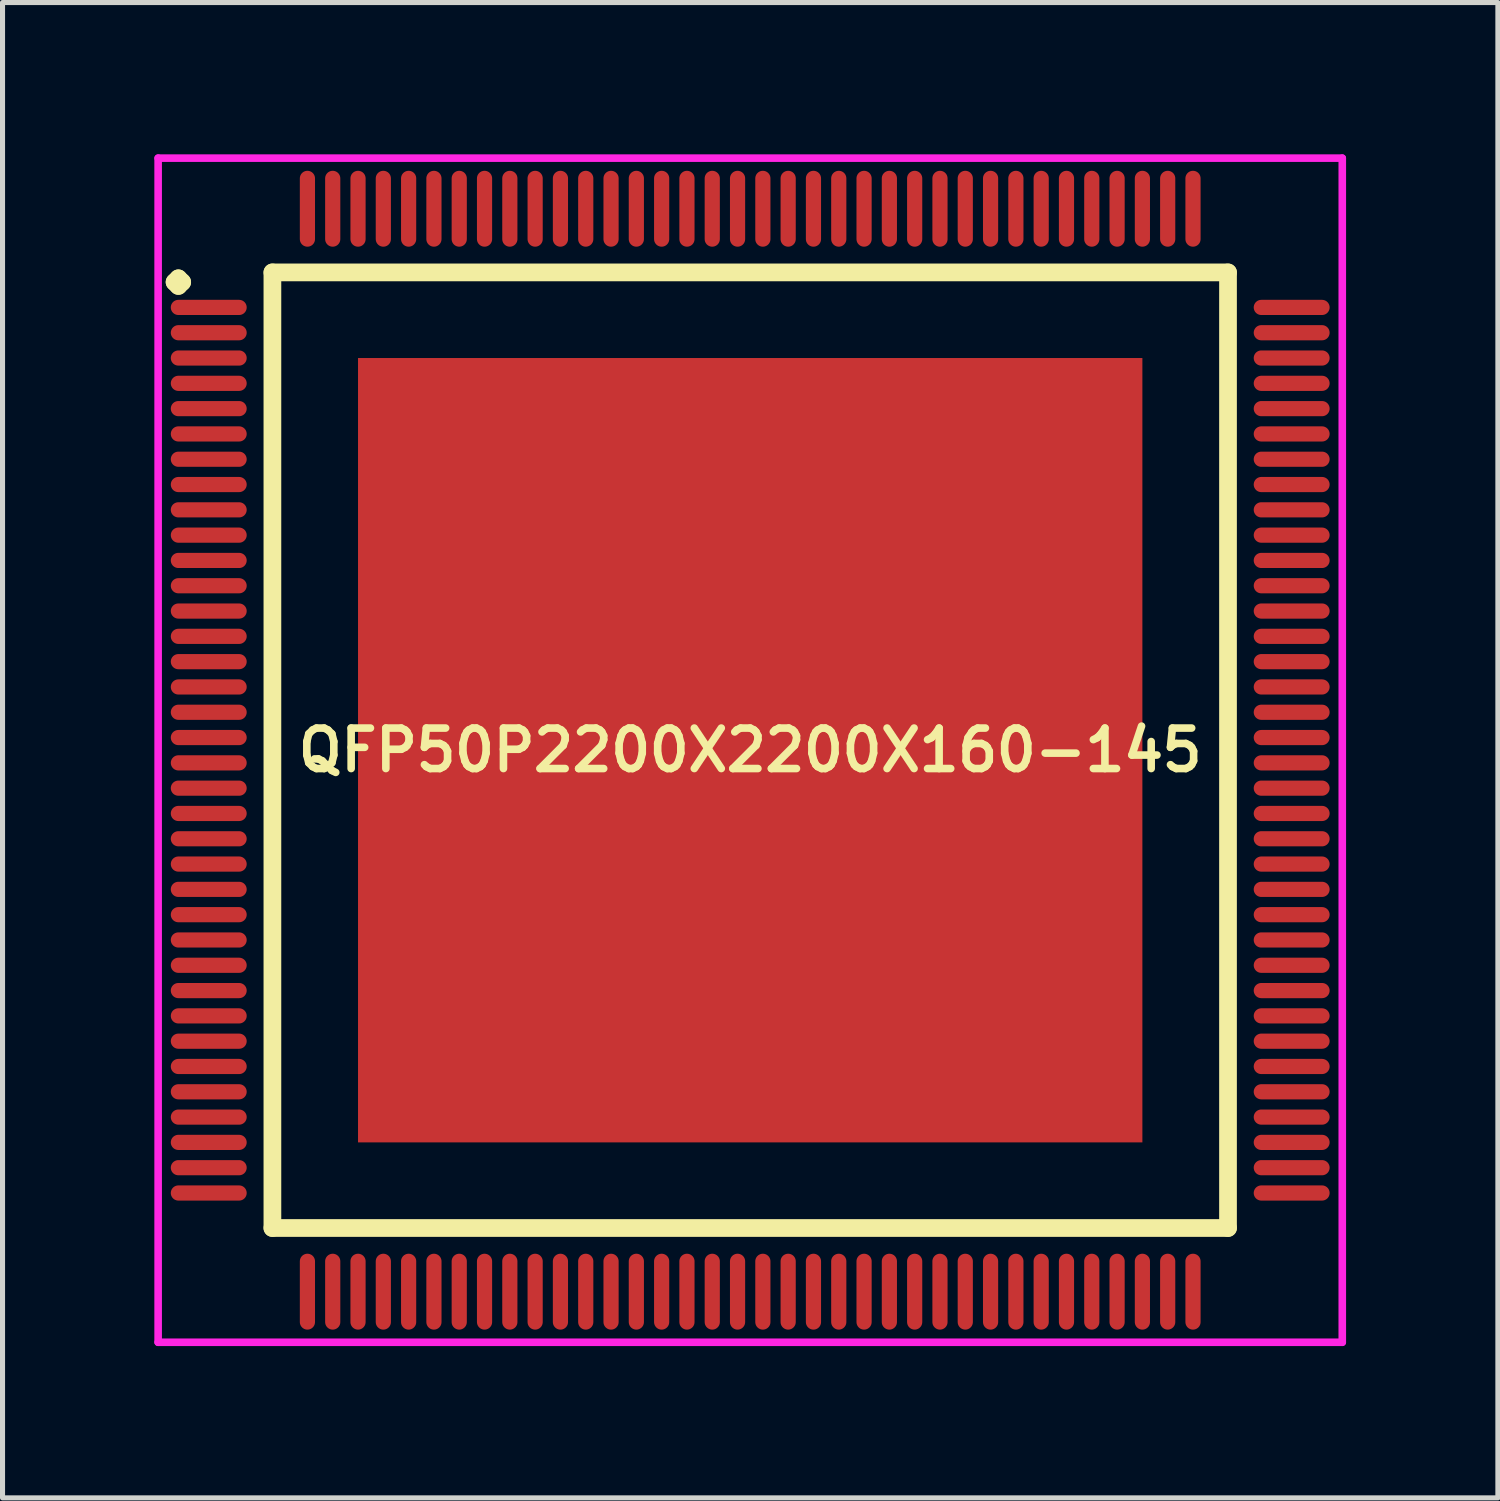
<source format=kicad_pcb>
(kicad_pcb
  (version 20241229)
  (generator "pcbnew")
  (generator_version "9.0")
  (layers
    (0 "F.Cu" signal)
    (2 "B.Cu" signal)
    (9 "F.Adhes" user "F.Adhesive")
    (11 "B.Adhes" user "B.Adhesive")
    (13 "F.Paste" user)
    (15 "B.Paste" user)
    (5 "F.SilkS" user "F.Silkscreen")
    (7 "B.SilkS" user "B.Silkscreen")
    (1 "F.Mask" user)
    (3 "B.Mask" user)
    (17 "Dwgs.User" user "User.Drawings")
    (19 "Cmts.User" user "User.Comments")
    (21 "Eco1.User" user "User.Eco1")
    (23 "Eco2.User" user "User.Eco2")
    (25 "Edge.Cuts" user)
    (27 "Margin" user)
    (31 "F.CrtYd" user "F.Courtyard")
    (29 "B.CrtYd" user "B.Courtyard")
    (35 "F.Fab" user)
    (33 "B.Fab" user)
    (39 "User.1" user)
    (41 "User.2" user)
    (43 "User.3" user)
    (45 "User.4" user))
  (footprint "QFP50P2200X2200X160-145"
    (layer "F.Cu")
    (at 11.775 11.775)
    (property "Reference" "QFP50P2200X2200X160-145" (at 0 0 0) (layer "F.SilkS") (effects (font (size 0.8 0.8) (thickness 0.15))))
    (attr smd)
    (fp_line (start -11.375 -9.25) (end -11.3 -9.325) (stroke (width 0.35) (type solid)) (layer "F.SilkS"))
    (fp_line (start -11.3 -9.325) (end -11.225 -9.25) (stroke (width 0.35) (type solid)) (layer "F.SilkS"))
    (fp_line (start -11.3 -9.175) (end -11.375 -9.25) (stroke (width 0.35) (type solid)) (layer "F.SilkS"))
    (fp_line (start -11.225 -9.25) (end -11.3 -9.175) (stroke (width 0.35) (type solid)) (layer "F.SilkS"))
    (fp_line (start -9.442 -9.442) (end -9.442 9.442) (stroke (width 0.35) (type solid)) (layer "F.SilkS"))
    (fp_line (start -9.442 9.442) (end 9.442 9.442) (stroke (width 0.35) (type solid)) (layer "F.SilkS"))
    (fp_line (start 9.442 -9.442) (end -9.442 -9.442) (stroke (width 0.35) (type solid)) (layer "F.SilkS"))
    (fp_line (start 9.442 9.442) (end 9.442 -9.442) (stroke (width 0.35) (type solid)) (layer "F.SilkS"))
    (fp_line (start -11.7 -11.7) (end 11.7 -11.7) (stroke (width 0.15) (type solid)) (layer "F.CrtYd"))
    (fp_line (start -11.7 11.7) (end -11.7 -11.7) (stroke (width 0.15) (type solid)) (layer "F.CrtYd"))
    (fp_line (start 11.7 -11.7) (end 11.7 11.7) (stroke (width 0.15) (type solid)) (layer "F.CrtYd"))
    (fp_line (start 11.7 11.7) (end -11.7 11.7) (stroke (width 0.15) (type solid)) (layer "F.CrtYd"))
    (pad "1" smd oval (at -10.7 -8.75) (size 1.5 0.3) (layers "F.Cu" "F.Mask" "F.Paste"))
    (pad "2" smd oval (at -10.7 -8.25) (size 1.5 0.3) (layers "F.Cu" "F.Mask" "F.Paste"))
    (pad "3" smd oval (at -10.7 -7.75) (size 1.5 0.3) (layers "F.Cu" "F.Mask" "F.Paste"))
    (pad "4" smd oval (at -10.7 -7.25) (size 1.5 0.3) (layers "F.Cu" "F.Mask" "F.Paste"))
    (pad "5" smd oval (at -10.7 -6.75) (size 1.5 0.3) (layers "F.Cu" "F.Mask" "F.Paste"))
    (pad "6" smd oval (at -10.7 -6.25) (size 1.5 0.3) (layers "F.Cu" "F.Mask" "F.Paste"))
    (pad "7" smd oval (at -10.7 -5.75) (size 1.5 0.3) (layers "F.Cu" "F.Mask" "F.Paste"))
    (pad "8" smd oval (at -10.7 -5.25) (size 1.5 0.3) (layers "F.Cu" "F.Mask" "F.Paste"))
    (pad "9" smd oval (at -10.7 -4.75) (size 1.5 0.3) (layers "F.Cu" "F.Mask" "F.Paste"))
    (pad "10" smd oval (at -10.7 -4.25) (size 1.5 0.3) (layers "F.Cu" "F.Mask" "F.Paste"))
    (pad "11" smd oval (at -10.7 -3.75) (size 1.5 0.3) (layers "F.Cu" "F.Mask" "F.Paste"))
    (pad "12" smd oval (at -10.7 -3.25) (size 1.5 0.3) (layers "F.Cu" "F.Mask" "F.Paste"))
    (pad "13" smd oval (at -10.7 -2.75) (size 1.5 0.3) (layers "F.Cu" "F.Mask" "F.Paste"))
    (pad "14" smd oval (at -10.7 -2.25) (size 1.5 0.3) (layers "F.Cu" "F.Mask" "F.Paste"))
    (pad "15" smd oval (at -10.7 -1.75) (size 1.5 0.3) (layers "F.Cu" "F.Mask" "F.Paste"))
    (pad "16" smd oval (at -10.7 -1.25) (size 1.5 0.3) (layers "F.Cu" "F.Mask" "F.Paste"))
    (pad "17" smd oval (at -10.7 -0.75) (size 1.5 0.3) (layers "F.Cu" "F.Mask" "F.Paste"))
    (pad "18" smd oval (at -10.7 -0.25) (size 1.5 0.3) (layers "F.Cu" "F.Mask" "F.Paste"))
    (pad "19" smd oval (at -10.7 0.25) (size 1.5 0.3) (layers "F.Cu" "F.Mask" "F.Paste"))
    (pad "20" smd oval (at -10.7 0.75) (size 1.5 0.3) (layers "F.Cu" "F.Mask" "F.Paste"))
    (pad "21" smd oval (at -10.7 1.25) (size 1.5 0.3) (layers "F.Cu" "F.Mask" "F.Paste"))
    (pad "22" smd oval (at -10.7 1.75) (size 1.5 0.3) (layers "F.Cu" "F.Mask" "F.Paste"))
    (pad "23" smd oval (at -10.7 2.25) (size 1.5 0.3) (layers "F.Cu" "F.Mask" "F.Paste"))
    (pad "24" smd oval (at -10.7 2.75) (size 1.5 0.3) (layers "F.Cu" "F.Mask" "F.Paste"))
    (pad "25" smd oval (at -10.7 3.25) (size 1.5 0.3) (layers "F.Cu" "F.Mask" "F.Paste"))
    (pad "26" smd oval (at -10.7 3.75) (size 1.5 0.3) (layers "F.Cu" "F.Mask" "F.Paste"))
    (pad "27" smd oval (at -10.7 4.25) (size 1.5 0.3) (layers "F.Cu" "F.Mask" "F.Paste"))
    (pad "28" smd oval (at -10.7 4.75) (size 1.5 0.3) (layers "F.Cu" "F.Mask" "F.Paste"))
    (pad "29" smd oval (at -10.7 5.25) (size 1.5 0.3) (layers "F.Cu" "F.Mask" "F.Paste"))
    (pad "30" smd oval (at -10.7 5.75) (size 1.5 0.3) (layers "F.Cu" "F.Mask" "F.Paste"))
    (pad "31" smd oval (at -10.7 6.25) (size 1.5 0.3) (layers "F.Cu" "F.Mask" "F.Paste"))
    (pad "32" smd oval (at -10.7 6.75) (size 1.5 0.3) (layers "F.Cu" "F.Mask" "F.Paste"))
    (pad "33" smd oval (at -10.7 7.25) (size 1.5 0.3) (layers "F.Cu" "F.Mask" "F.Paste"))
    (pad "34" smd oval (at -10.7 7.75) (size 1.5 0.3) (layers "F.Cu" "F.Mask" "F.Paste"))
    (pad "35" smd oval (at -10.7 8.25) (size 1.5 0.3) (layers "F.Cu" "F.Mask" "F.Paste"))
    (pad "36" smd oval (at -10.7 8.75) (size 1.5 0.3) (layers "F.Cu" "F.Mask" "F.Paste"))
    (pad "37" smd oval (at -8.75 10.7) (size 0.3 1.5) (layers "F.Cu" "F.Mask" "F.Paste"))
    (pad "38" smd oval (at -8.25 10.7) (size 0.3 1.5) (layers "F.Cu" "F.Mask" "F.Paste"))
    (pad "39" smd oval (at -7.75 10.7) (size 0.3 1.5) (layers "F.Cu" "F.Mask" "F.Paste"))
    (pad "40" smd oval (at -7.25 10.7) (size 0.3 1.5) (layers "F.Cu" "F.Mask" "F.Paste"))
    (pad "41" smd oval (at -6.75 10.7) (size 0.3 1.5) (layers "F.Cu" "F.Mask" "F.Paste"))
    (pad "42" smd oval (at -6.25 10.7) (size 0.3 1.5) (layers "F.Cu" "F.Mask" "F.Paste"))
    (pad "43" smd oval (at -5.75 10.7) (size 0.3 1.5) (layers "F.Cu" "F.Mask" "F.Paste"))
    (pad "44" smd oval (at -5.25 10.7) (size 0.3 1.5) (layers "F.Cu" "F.Mask" "F.Paste"))
    (pad "45" smd oval (at -4.75 10.7) (size 0.3 1.5) (layers "F.Cu" "F.Mask" "F.Paste"))
    (pad "46" smd oval (at -4.25 10.7) (size 0.3 1.5) (layers "F.Cu" "F.Mask" "F.Paste"))
    (pad "47" smd oval (at -3.75 10.7) (size 0.3 1.5) (layers "F.Cu" "F.Mask" "F.Paste"))
    (pad "48" smd oval (at -3.25 10.7) (size 0.3 1.5) (layers "F.Cu" "F.Mask" "F.Paste"))
    (pad "49" smd oval (at -2.75 10.7) (size 0.3 1.5) (layers "F.Cu" "F.Mask" "F.Paste"))
    (pad "50" smd oval (at -2.25 10.7) (size 0.3 1.5) (layers "F.Cu" "F.Mask" "F.Paste"))
    (pad "51" smd oval (at -1.75 10.7) (size 0.3 1.5) (layers "F.Cu" "F.Mask" "F.Paste"))
    (pad "52" smd oval (at -1.25 10.7) (size 0.3 1.5) (layers "F.Cu" "F.Mask" "F.Paste"))
    (pad "53" smd oval (at -0.75 10.7) (size 0.3 1.5) (layers "F.Cu" "F.Mask" "F.Paste"))
    (pad "54" smd oval (at -0.25 10.7) (size 0.3 1.5) (layers "F.Cu" "F.Mask" "F.Paste"))
    (pad "55" smd oval (at 0.25 10.7) (size 0.3 1.5) (layers "F.Cu" "F.Mask" "F.Paste"))
    (pad "56" smd oval (at 0.75 10.7) (size 0.3 1.5) (layers "F.Cu" "F.Mask" "F.Paste"))
    (pad "57" smd oval (at 1.25 10.7) (size 0.3 1.5) (layers "F.Cu" "F.Mask" "F.Paste"))
    (pad "58" smd oval (at 1.75 10.7) (size 0.3 1.5) (layers "F.Cu" "F.Mask" "F.Paste"))
    (pad "59" smd oval (at 2.25 10.7) (size 0.3 1.5) (layers "F.Cu" "F.Mask" "F.Paste"))
    (pad "60" smd oval (at 2.75 10.7) (size 0.3 1.5) (layers "F.Cu" "F.Mask" "F.Paste"))
    (pad "61" smd oval (at 3.25 10.7) (size 0.3 1.5) (layers "F.Cu" "F.Mask" "F.Paste"))
    (pad "62" smd oval (at 3.75 10.7) (size 0.3 1.5) (layers "F.Cu" "F.Mask" "F.Paste"))
    (pad "63" smd oval (at 4.25 10.7) (size 0.3 1.5) (layers "F.Cu" "F.Mask" "F.Paste"))
    (pad "64" smd oval (at 4.75 10.7) (size 0.3 1.5) (layers "F.Cu" "F.Mask" "F.Paste"))
    (pad "65" smd oval (at 5.25 10.7) (size 0.3 1.5) (layers "F.Cu" "F.Mask" "F.Paste"))
    (pad "66" smd oval (at 5.75 10.7) (size 0.3 1.5) (layers "F.Cu" "F.Mask" "F.Paste"))
    (pad "67" smd oval (at 6.25 10.7) (size 0.3 1.5) (layers "F.Cu" "F.Mask" "F.Paste"))
    (pad "68" smd oval (at 6.75 10.7) (size 0.3 1.5) (layers "F.Cu" "F.Mask" "F.Paste"))
    (pad "69" smd oval (at 7.25 10.7) (size 0.3 1.5) (layers "F.Cu" "F.Mask" "F.Paste"))
    (pad "70" smd oval (at 7.75 10.7) (size 0.3 1.5) (layers "F.Cu" "F.Mask" "F.Paste"))
    (pad "71" smd oval (at 8.25 10.7) (size 0.3 1.5) (layers "F.Cu" "F.Mask" "F.Paste"))
    (pad "72" smd oval (at 8.75 10.7) (size 0.3 1.5) (layers "F.Cu" "F.Mask" "F.Paste"))
    (pad "73" smd oval (at 10.7 8.75) (size 1.5 0.3) (layers "F.Cu" "F.Mask" "F.Paste"))
    (pad "74" smd oval (at 10.7 8.25) (size 1.5 0.3) (layers "F.Cu" "F.Mask" "F.Paste"))
    (pad "75" smd oval (at 10.7 7.75) (size 1.5 0.3) (layers "F.Cu" "F.Mask" "F.Paste"))
    (pad "76" smd oval (at 10.7 7.25) (size 1.5 0.3) (layers "F.Cu" "F.Mask" "F.Paste"))
    (pad "77" smd oval (at 10.7 6.75) (size 1.5 0.3) (layers "F.Cu" "F.Mask" "F.Paste"))
    (pad "78" smd oval (at 10.7 6.25) (size 1.5 0.3) (layers "F.Cu" "F.Mask" "F.Paste"))
    (pad "79" smd oval (at 10.7 5.75) (size 1.5 0.3) (layers "F.Cu" "F.Mask" "F.Paste"))
    (pad "80" smd oval (at 10.7 5.25) (size 1.5 0.3) (layers "F.Cu" "F.Mask" "F.Paste"))
    (pad "81" smd oval (at 10.7 4.75) (size 1.5 0.3) (layers "F.Cu" "F.Mask" "F.Paste"))
    (pad "82" smd oval (at 10.7 4.25) (size 1.5 0.3) (layers "F.Cu" "F.Mask" "F.Paste"))
    (pad "83" smd oval (at 10.7 3.75) (size 1.5 0.3) (layers "F.Cu" "F.Mask" "F.Paste"))
    (pad "84" smd oval (at 10.7 3.25) (size 1.5 0.3) (layers "F.Cu" "F.Mask" "F.Paste"))
    (pad "85" smd oval (at 10.7 2.75) (size 1.5 0.3) (layers "F.Cu" "F.Mask" "F.Paste"))
    (pad "86" smd oval (at 10.7 2.25) (size 1.5 0.3) (layers "F.Cu" "F.Mask" "F.Paste"))
    (pad "87" smd oval (at 10.7 1.75) (size 1.5 0.3) (layers "F.Cu" "F.Mask" "F.Paste"))
    (pad "88" smd oval (at 10.7 1.25) (size 1.5 0.3) (layers "F.Cu" "F.Mask" "F.Paste"))
    (pad "89" smd oval (at 10.7 0.75) (size 1.5 0.3) (layers "F.Cu" "F.Mask" "F.Paste"))
    (pad "90" smd oval (at 10.7 0.25) (size 1.5 0.3) (layers "F.Cu" "F.Mask" "F.Paste"))
    (pad "91" smd oval (at 10.7 -0.25) (size 1.5 0.3) (layers "F.Cu" "F.Mask" "F.Paste"))
    (pad "92" smd oval (at 10.7 -0.75) (size 1.5 0.3) (layers "F.Cu" "F.Mask" "F.Paste"))
    (pad "93" smd oval (at 10.7 -1.25) (size 1.5 0.3) (layers "F.Cu" "F.Mask" "F.Paste"))
    (pad "94" smd oval (at 10.7 -1.75) (size 1.5 0.3) (layers "F.Cu" "F.Mask" "F.Paste"))
    (pad "95" smd oval (at 10.7 -2.25) (size 1.5 0.3) (layers "F.Cu" "F.Mask" "F.Paste"))
    (pad "96" smd oval (at 10.7 -2.75) (size 1.5 0.3) (layers "F.Cu" "F.Mask" "F.Paste"))
    (pad "97" smd oval (at 10.7 -3.25) (size 1.5 0.3) (layers "F.Cu" "F.Mask" "F.Paste"))
    (pad "98" smd oval (at 10.7 -3.75) (size 1.5 0.3) (layers "F.Cu" "F.Mask" "F.Paste"))
    (pad "99" smd oval (at 10.7 -4.25) (size 1.5 0.3) (layers "F.Cu" "F.Mask" "F.Paste"))
    (pad "100" smd oval (at 10.7 -4.75) (size 1.5 0.3) (layers "F.Cu" "F.Mask" "F.Paste"))
    (pad "101" smd oval (at 10.7 -5.25) (size 1.5 0.3) (layers "F.Cu" "F.Mask" "F.Paste"))
    (pad "102" smd oval (at 10.7 -5.75) (size 1.5 0.3) (layers "F.Cu" "F.Mask" "F.Paste"))
    (pad "103" smd oval (at 10.7 -6.25) (size 1.5 0.3) (layers "F.Cu" "F.Mask" "F.Paste"))
    (pad "104" smd oval (at 10.7 -6.75) (size 1.5 0.3) (layers "F.Cu" "F.Mask" "F.Paste"))
    (pad "105" smd oval (at 10.7 -7.25) (size 1.5 0.3) (layers "F.Cu" "F.Mask" "F.Paste"))
    (pad "106" smd oval (at 10.7 -7.75) (size 1.5 0.3) (layers "F.Cu" "F.Mask" "F.Paste"))
    (pad "107" smd oval (at 10.7 -8.25) (size 1.5 0.3) (layers "F.Cu" "F.Mask" "F.Paste"))
    (pad "108" smd oval (at 10.7 -8.75) (size 1.5 0.3) (layers "F.Cu" "F.Mask" "F.Paste"))
    (pad "109" smd oval (at 8.75 -10.7) (size 0.3 1.5) (layers "F.Cu" "F.Mask" "F.Paste"))
    (pad "110" smd oval (at 8.25 -10.7) (size 0.3 1.5) (layers "F.Cu" "F.Mask" "F.Paste"))
    (pad "111" smd oval (at 7.75 -10.7) (size 0.3 1.5) (layers "F.Cu" "F.Mask" "F.Paste"))
    (pad "112" smd oval (at 7.25 -10.7) (size 0.3 1.5) (layers "F.Cu" "F.Mask" "F.Paste"))
    (pad "113" smd oval (at 6.75 -10.7) (size 0.3 1.5) (layers "F.Cu" "F.Mask" "F.Paste"))
    (pad "114" smd oval (at 6.25 -10.7) (size 0.3 1.5) (layers "F.Cu" "F.Mask" "F.Paste"))
    (pad "115" smd oval (at 5.75 -10.7) (size 0.3 1.5) (layers "F.Cu" "F.Mask" "F.Paste"))
    (pad "116" smd oval (at 5.25 -10.7) (size 0.3 1.5) (layers "F.Cu" "F.Mask" "F.Paste"))
    (pad "117" smd oval (at 4.75 -10.7) (size 0.3 1.5) (layers "F.Cu" "F.Mask" "F.Paste"))
    (pad "118" smd oval (at 4.25 -10.7) (size 0.3 1.5) (layers "F.Cu" "F.Mask" "F.Paste"))
    (pad "119" smd oval (at 3.75 -10.7) (size 0.3 1.5) (layers "F.Cu" "F.Mask" "F.Paste"))
    (pad "120" smd oval (at 3.25 -10.7) (size 0.3 1.5) (layers "F.Cu" "F.Mask" "F.Paste"))
    (pad "121" smd oval (at 2.75 -10.7) (size 0.3 1.5) (layers "F.Cu" "F.Mask" "F.Paste"))
    (pad "122" smd oval (at 2.25 -10.7) (size 0.3 1.5) (layers "F.Cu" "F.Mask" "F.Paste"))
    (pad "123" smd oval (at 1.75 -10.7) (size 0.3 1.5) (layers "F.Cu" "F.Mask" "F.Paste"))
    (pad "124" smd oval (at 1.25 -10.7) (size 0.3 1.5) (layers "F.Cu" "F.Mask" "F.Paste"))
    (pad "125" smd oval (at 0.75 -10.7) (size 0.3 1.5) (layers "F.Cu" "F.Mask" "F.Paste"))
    (pad "126" smd oval (at 0.25 -10.7) (size 0.3 1.5) (layers "F.Cu" "F.Mask" "F.Paste"))
    (pad "127" smd oval (at -0.25 -10.7) (size 0.3 1.5) (layers "F.Cu" "F.Mask" "F.Paste"))
    (pad "128" smd oval (at -0.75 -10.7) (size 0.3 1.5) (layers "F.Cu" "F.Mask" "F.Paste"))
    (pad "129" smd oval (at -1.25 -10.7) (size 0.3 1.5) (layers "F.Cu" "F.Mask" "F.Paste"))
    (pad "130" smd oval (at -1.75 -10.7) (size 0.3 1.5) (layers "F.Cu" "F.Mask" "F.Paste"))
    (pad "131" smd oval (at -2.25 -10.7) (size 0.3 1.5) (layers "F.Cu" "F.Mask" "F.Paste"))
    (pad "132" smd oval (at -2.75 -10.7) (size 0.3 1.5) (layers "F.Cu" "F.Mask" "F.Paste"))
    (pad "133" smd oval (at -3.25 -10.7) (size 0.3 1.5) (layers "F.Cu" "F.Mask" "F.Paste"))
    (pad "134" smd oval (at -3.75 -10.7) (size 0.3 1.5) (layers "F.Cu" "F.Mask" "F.Paste"))
    (pad "135" smd oval (at -4.25 -10.7) (size 0.3 1.5) (layers "F.Cu" "F.Mask" "F.Paste"))
    (pad "136" smd oval (at -4.75 -10.7) (size 0.3 1.5) (layers "F.Cu" "F.Mask" "F.Paste"))
    (pad "137" smd oval (at -5.25 -10.7) (size 0.3 1.5) (layers "F.Cu" "F.Mask" "F.Paste"))
    (pad "138" smd oval (at -5.75 -10.7) (size 0.3 1.5) (layers "F.Cu" "F.Mask" "F.Paste"))
    (pad "139" smd oval (at -6.25 -10.7) (size 0.3 1.5) (layers "F.Cu" "F.Mask" "F.Paste"))
    (pad "140" smd oval (at -6.75 -10.7) (size 0.3 1.5) (layers "F.Cu" "F.Mask" "F.Paste"))
    (pad "141" smd oval (at -7.25 -10.7) (size 0.3 1.5) (layers "F.Cu" "F.Mask" "F.Paste"))
    (pad "142" smd oval (at -7.75 -10.7) (size 0.3 1.5) (layers "F.Cu" "F.Mask" "F.Paste"))
    (pad "143" smd oval (at -8.25 -10.7) (size 0.3 1.5) (layers "F.Cu" "F.Mask" "F.Paste"))
    (pad "144" smd oval (at -8.75 -10.7) (size 0.3 1.5) (layers "F.Cu" "F.Mask" "F.Paste"))
    (pad "145" smd rect (at 0 0) (size 15.5 15.5) (layers "F.Cu" "F.Mask" "F.Paste")))
  (gr_rect
    (start -3 -3)
    (end 26.55 26.55)
    (stroke (width 0.1) (type default))
    (fill no)
    (layer "Edge.Cuts")))
</source>
